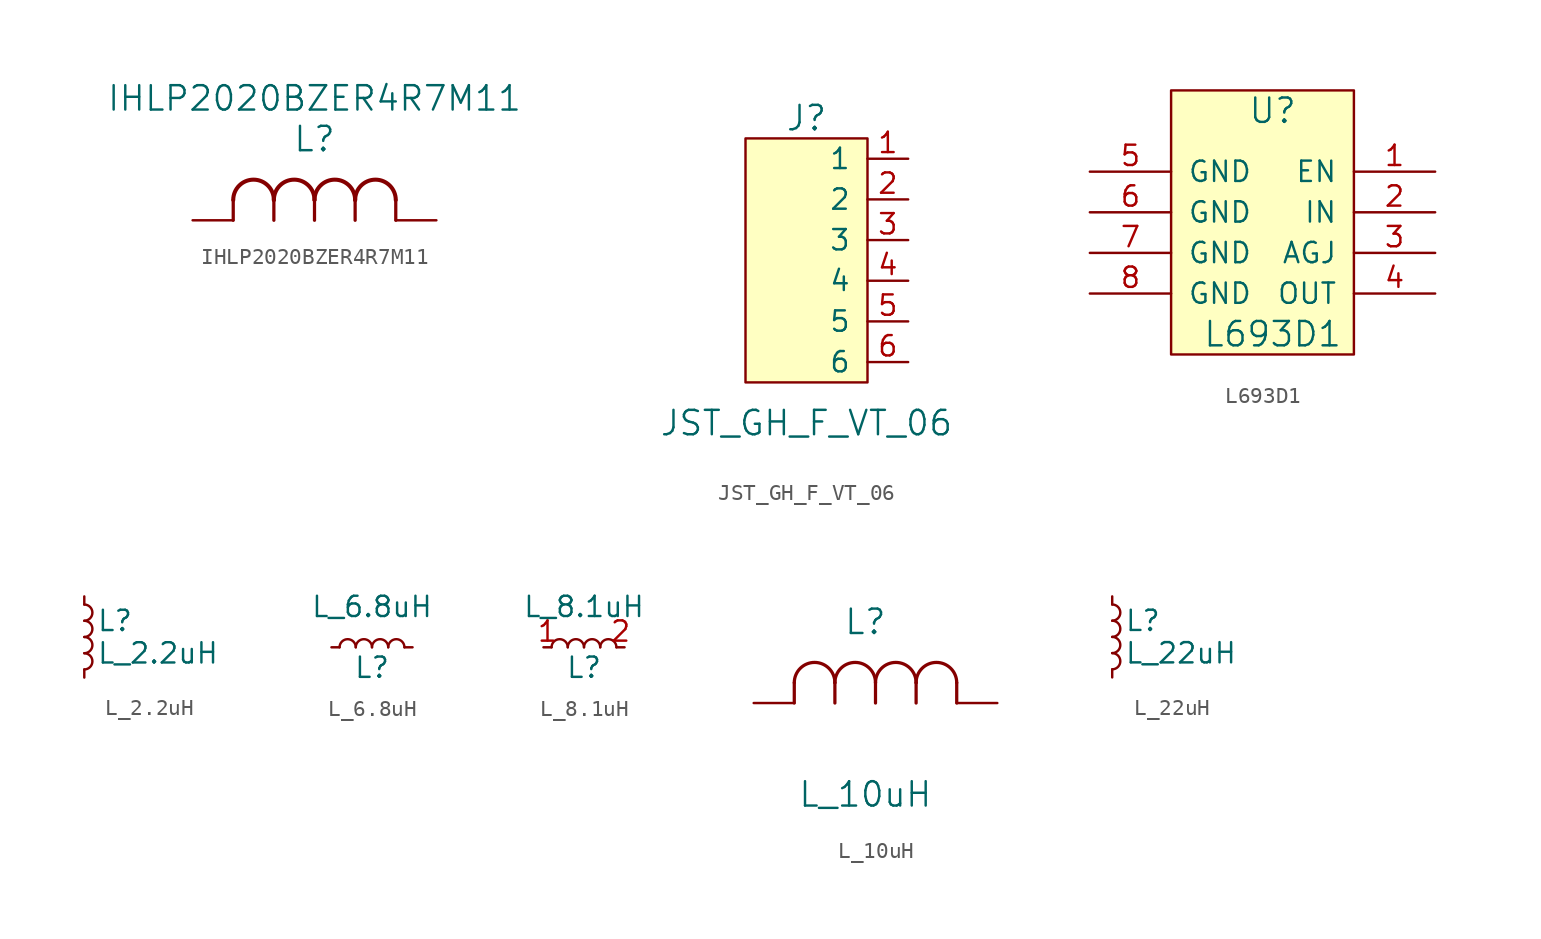
<source format=kicad_sym>
(kicad_symbol_lib
  (version 20211014)
  (generator kicad_symbol_editor)
  (symbol "IHLP2020BZER4R7M11"
    (pin_numbers hide)
    (pin_names
      (offset 1.651) hide)
    (property "Reference" "L"
      (at 0 5.08 0)
      (effects (font (size 1.524 1.524))))
    (property "Value" "IHLP2020BZER4R7M11"
      (at 0 7.62 0)
      (effects (font (size 1.524 1.524))))
    (symbol "IHLP2020BZER4R7M11_1_0"
      (arc (start -2.54 1.27) (mid -3.81 2.54) (end -5.08 1.27) (stroke (width 0.254) (type default) (color 0 0 0 0)) (fill (type none)))
      (polyline (pts (xy -5.08 0) (xy -5.08 1.27)) (stroke (width 0.203) (type default) (color 0 0 0 0)) (fill (type none)))
      (polyline (pts (xy -2.54 0) (xy -2.54 1.27)) (stroke (width 0.203) (type default) (color 0 0 0 0)) (fill (type none)))
      (polyline (pts (xy 0 0) (xy 0 1.27)) (stroke (width 0.203) (type default) (color 0 0 0 0)) (fill (type none)))
      (polyline (pts (xy 2.54 0) (xy 2.54 1.27)) (stroke (width 0.203) (type default) (color 0 0 0 0)) (fill (type none)))
      (polyline (pts (xy 5.08 0) (xy 5.08 1.27)) (stroke (width 0.203) (type default) (color 0 0 0 0)) (fill (type none)))
      (arc (start 0 1.27) (mid -1.27 2.54) (end -2.54 1.27) (stroke (width 0.254) (type default) (color 0 0 0 0)) (fill (type none)))
      (arc (start 2.54 1.27) (mid 1.27 2.54) (end 0 1.27) (stroke (width 0.254) (type default) (color 0 0 0 0)) (fill (type none)))
      (arc (start 5.08 1.27) (mid 3.81 2.54) (end 2.54 1.27) (stroke (width 0.254) (type default) (color 0 0 0 0)) (fill (type none)))
      (pin unspecified line (at 7.62 0 180) (length 2.54) (name "1" (effects (font (size 1.499 1.499)))) (number "1" (effects (font (size 1.499 1.499)))))
      (pin unspecified line (at -7.62 0 0) (length 2.54) (name "2" (effects (font (size 1.499 1.499)))) (number "2" (effects (font (size 1.499 1.499)))))))
  (symbol "JST_GH_F_VT_06"
    (pin_names
      (offset 1.016))
    (property "Reference" "J"
      (at 0 8.89 0)
      (effects (font (size 1.524 1.524))))
    (property "Value" "JST_GH_F_VT_06"
      (at 0 -10.16 0)
      (effects (font (size 1.524 1.524))))
    (symbol "JST_GH_F_VT_06_0_1"
      (rectangle (start 3.81 -7.62) (end -3.81 7.62) (stroke (width 0) (type default) (color 0 0 0 0)) (fill (type background))))
    (symbol "JST_GH_F_VT_06_1_1"
      (pin bidirectional line (at 6.35 6.35 180) (length 2.54) (name "1" (effects (font (size 1.27 1.27)))) (number "1" (effects (font (size 1.27 1.27)))))
      (pin bidirectional line (at 6.35 3.81 180) (length 2.54) (name "2" (effects (font (size 1.27 1.27)))) (number "2" (effects (font (size 1.27 1.27)))))
      (pin bidirectional line (at 6.35 1.27 180) (length 2.54) (name "3" (effects (font (size 1.27 1.27)))) (number "3" (effects (font (size 1.27 1.27)))))
      (pin bidirectional line (at 6.35 -1.27 180) (length 2.54) (name "4" (effects (font (size 1.27 1.27)))) (number "4" (effects (font (size 1.27 1.27)))))
      (pin bidirectional line (at 6.35 -3.81 180) (length 2.54) (name "5" (effects (font (size 1.27 1.27)))) (number "5" (effects (font (size 1.27 1.27)))))
      (pin bidirectional line (at 6.35 -6.35 180) (length 2.54) (name "6" (effects (font (size 1.27 1.27)))) (number "6" (effects (font (size 1.27 1.27)))))))
  (symbol "L693D1"
    (pin_names
      (offset 1.016))
    (property "Reference" "U"
      (at -5.08 3.81 0)
      (effects (font (size 1.524 1.524))))
    (property "Value" "L693D1"
      (at -5.08 -10.16 0)
      (effects (font (size 1.524 1.524))))
    (symbol "L693D1_1_1"
      (rectangle (start -11.43 5.08) (end 0 -11.43) (stroke (width 0) (type default) (color 0 0 0 0)) (fill (type background)))
      (pin input line (at 5.08 0 180) (length 5.08) (name "EN" (effects (font (size 1.27 1.27)))) (number "1" (effects (font (size 1.27 1.27)))))
      (pin input line (at 5.08 -2.54 180) (length 5.08) (name "IN" (effects (font (size 1.27 1.27)))) (number "2" (effects (font (size 1.27 1.27)))))
      (pin input line (at 5.08 -5.08 180) (length 5.08) (name "AGJ" (effects (font (size 1.27 1.27)))) (number "3" (effects (font (size 1.27 1.27)))))
      (pin input line (at 5.08 -7.62 180) (length 5.08) (name "OUT" (effects (font (size 1.27 1.27)))) (number "4" (effects (font (size 1.27 1.27)))))
      (pin input line (at -16.51 0 0) (length 5.08) (name "GND" (effects (font (size 1.27 1.27)))) (number "5" (effects (font (size 1.27 1.27)))))
      (pin input line (at -16.51 -2.54 0) (length 5.08) (name "GND" (effects (font (size 1.27 1.27)))) (number "6" (effects (font (size 1.27 1.27)))))
      (pin input line (at -16.51 -5.08 0) (length 5.08) (name "GND" (effects (font (size 1.27 1.27)))) (number "7" (effects (font (size 1.27 1.27)))))
      (pin input line (at -16.51 -7.62 0) (length 5.08) (name "GND" (effects (font (size 1.27 1.27)))) (number "8" (effects (font (size 1.27 1.27)))))))
  (symbol "L_2.2uH"
    (pin_numbers hide)
    (pin_names
      (offset 0.254) hide)
    (property "Reference" "L"
      (at 0.762 1.016 0)
      (effects (font (size 1.27 1.27)) (justify left)))
    (property "Value" "L_2.2uH"
      (at 0.762 -1.016 0)
      (effects (font (size 1.27 1.27)) (justify left)))
    (symbol "L_2.2uH_0_1"
      (arc (start 0 -2.032) (mid 0.508 -1.524) (end 0 -1.016) (stroke (width 0) (type default) (color 0 0 0 0)) (fill (type none)))
      (arc (start 0 -1.016) (mid 0.508 -0.508) (end 0 0) (stroke (width 0) (type default) (color 0 0 0 0)) (fill (type none)))
      (arc (start 0 0) (mid 0.508 0.508) (end 0 1.016) (stroke (width 0) (type default) (color 0 0 0 0)) (fill (type none)))
      (arc (start 0 1.016) (mid 0.508 1.524) (end 0 2.032) (stroke (width 0) (type default) (color 0 0 0 0)) (fill (type none))))
    (symbol "L_2.2uH_1_1"
      (pin passive line (at 0 2.54 270) (length 0.508) (name "~" (effects (font (size 1.27 1.27)))) (number "1" (effects (font (size 1.27 1.27)))))
      (pin passive line (at 0 -2.54 90) (length 0.508) (name "~" (effects (font (size 1.27 1.27)))) (number "2" (effects (font (size 1.27 1.27)))))))
  (symbol "L_6.8uH"
    (pin_numbers hide)
    (pin_names
      (offset 1.016) hide)
    (property "Reference" "L"
      (at 0 -1.27 0)
      (effects (font (size 1.27 1.27))))
    (property "Value" "L_6.8uH"
      (at 0 2.54 0)
      (effects (font (size 1.27 1.27))))
    (symbol "L_6.8uH_1_1"
      (arc (start -1.016 0) (mid -1.524 0.508) (end -2.032 0) (stroke (width 0) (type default) (color 0 0 0 0)) (fill (type none)))
      (arc (start 0 0) (mid -0.508 0.508) (end -1.016 0) (stroke (width 0) (type default) (color 0 0 0 0)) (fill (type none)))
      (arc (start 1.016 0) (mid 0.508 0.508) (end 0 0) (stroke (width 0) (type default) (color 0 0 0 0)) (fill (type none)))
      (arc (start 2.032 0) (mid 1.524 0.508) (end 1.016 0) (stroke (width 0) (type default) (color 0 0 0 0)) (fill (type none)))
      (pin passive line (at -2.54 0 0) (length 0.508) (name "~" (effects (font (size 1.27 1.27)))) (number "1" (effects (font (size 1.27 1.27)))))
      (pin passive line (at 2.54 0 180) (length 0.508) (name "~" (effects (font (size 1.27 1.27)))) (number "2" (effects (font (size 1.27 1.27)))))))
  (symbol "L_8.1uH"
    (pin_names
      (offset 1.016))
    (property "Reference" "L"
      (at 0 1.27 0)
      (effects (font (size 1.27 1.27))))
    (property "Value" "L_8.1uH"
      (at 0 5.08 0)
      (effects (font (size 1.27 1.27))))
    (symbol "L_8.1uH_1_1"
      (arc (start -1.016 2.54) (mid -1.524 3.048) (end -2.032 2.54) (stroke (width 0) (type default) (color 0 0 0 0)) (fill (type none)))
      (arc (start 0 2.54) (mid -0.508 3.048) (end -1.016 2.54) (stroke (width 0) (type default) (color 0 0 0 0)) (fill (type none)))
      (arc (start 1.016 2.54) (mid 0.508 3.048) (end 0 2.54) (stroke (width 0) (type default) (color 0 0 0 0)) (fill (type none)))
      (arc (start 2.032 2.54) (mid 1.524 3.048) (end 1.016 2.54) (stroke (width 0) (type default) (color 0 0 0 0)) (fill (type none)))
      (pin passive line (at -2.54 2.54 0) (length 0.508) (name "~" (effects (font (size 1.27 1.27)))) (number "1" (effects (font (size 1.27 1.27)))))
      (pin passive line (at 2.54 2.54 180) (length 0.508) (name "~" (effects (font (size 1.27 1.27)))) (number "2" (effects (font (size 1.27 1.27)))))))
  (symbol "L_10uH"
    (pin_numbers hide)
    (pin_names
      (offset 1.651) hide)
    (property "Reference" "L"
      (at 6.985 5.08 0)
      (effects (font (size 1.524 1.524))))
    (property "Value" "L_10uH"
      (at 6.985 -5.715 0)
      (effects (font (size 1.524 1.524))))
    (symbol "L_10uH_1_1"
      (polyline (pts (xy 2.54 0) (xy 2.54 1.27)) (stroke (width 0.203) (type default) (color 0 0 0 0)) (fill (type none)))
      (polyline (pts (xy 5.08 0) (xy 5.08 1.27)) (stroke (width 0.203) (type default) (color 0 0 0 0)) (fill (type none)))
      (polyline (pts (xy 7.62 0) (xy 7.62 1.27)) (stroke (width 0.203) (type default) (color 0 0 0 0)) (fill (type none)))
      (polyline (pts (xy 10.16 0) (xy 10.16 1.27)) (stroke (width 0.203) (type default) (color 0 0 0 0)) (fill (type none)))
      (polyline (pts (xy 12.7 0) (xy 12.7 1.27)) (stroke (width 0.203) (type default) (color 0 0 0 0)) (fill (type none)))
      (arc (start 5.08 1.27) (mid 3.81 2.54) (end 2.54 1.27) (stroke (width 0.2032) (type default) (color 0 0 0 0)) (fill (type none)))
      (arc (start 7.62 1.27) (mid 6.35 2.54) (end 5.08 1.27) (stroke (width 0.2032) (type default) (color 0 0 0 0)) (fill (type none)))
      (arc (start 10.16 1.27) (mid 8.89 2.54) (end 7.62 1.27) (stroke (width 0.2032) (type default) (color 0 0 0 0)) (fill (type none)))
      (arc (start 12.7 1.27) (mid 11.43 2.54) (end 10.16 1.27) (stroke (width 0.2032) (type default) (color 0 0 0 0)) (fill (type none)))
      (pin unspecified line (at 15.24 0 180) (length 2.54) (name "1" (effects (font (size 1.499 1.499)))) (number "1" (effects (font (size 1.499 1.499)))))
      (pin unspecified line (at 0 0 0) (length 2.54) (name "2" (effects (font (size 1.499 1.499)))) (number "2" (effects (font (size 1.499 1.499)))))))
  (symbol "L_22uH"
    (pin_numbers hide)
    (pin_names
      (offset 0.254) hide)
    (property "Reference" "L"
      (at 0.762 1.016 0)
      (effects (font (size 1.27 1.27)) (justify left)))
    (property "Value" "L_22uH"
      (at 0.762 -1.016 0)
      (effects (font (size 1.27 1.27)) (justify left)))
    (symbol "L_22uH_0_1"
      (arc (start 0 -2.032) (mid 0.508 -1.524) (end 0 -1.016) (stroke (width 0) (type default) (color 0 0 0 0)) (fill (type none)))
      (arc (start 0 -1.016) (mid 0.508 -0.508) (end 0 0) (stroke (width 0) (type default) (color 0 0 0 0)) (fill (type none)))
      (arc (start 0 0) (mid 0.508 0.508) (end 0 1.016) (stroke (width 0) (type default) (color 0 0 0 0)) (fill (type none)))
      (arc (start 0 1.016) (mid 0.508 1.524) (end 0 2.032) (stroke (width 0) (type default) (color 0 0 0 0)) (fill (type none))))
    (symbol "L_22uH_1_1"
      (pin passive line (at 0 2.54 270) (length 0.508) (name "~" (effects (font (size 1.27 1.27)))) (number "1" (effects (font (size 1.27 1.27)))))
      (pin passive line (at 0 -2.54 90) (length 0.508) (name "~" (effects (font (size 1.27 1.27)))) (number "2" (effects (font (size 1.27 1.27))))))))
</source>
